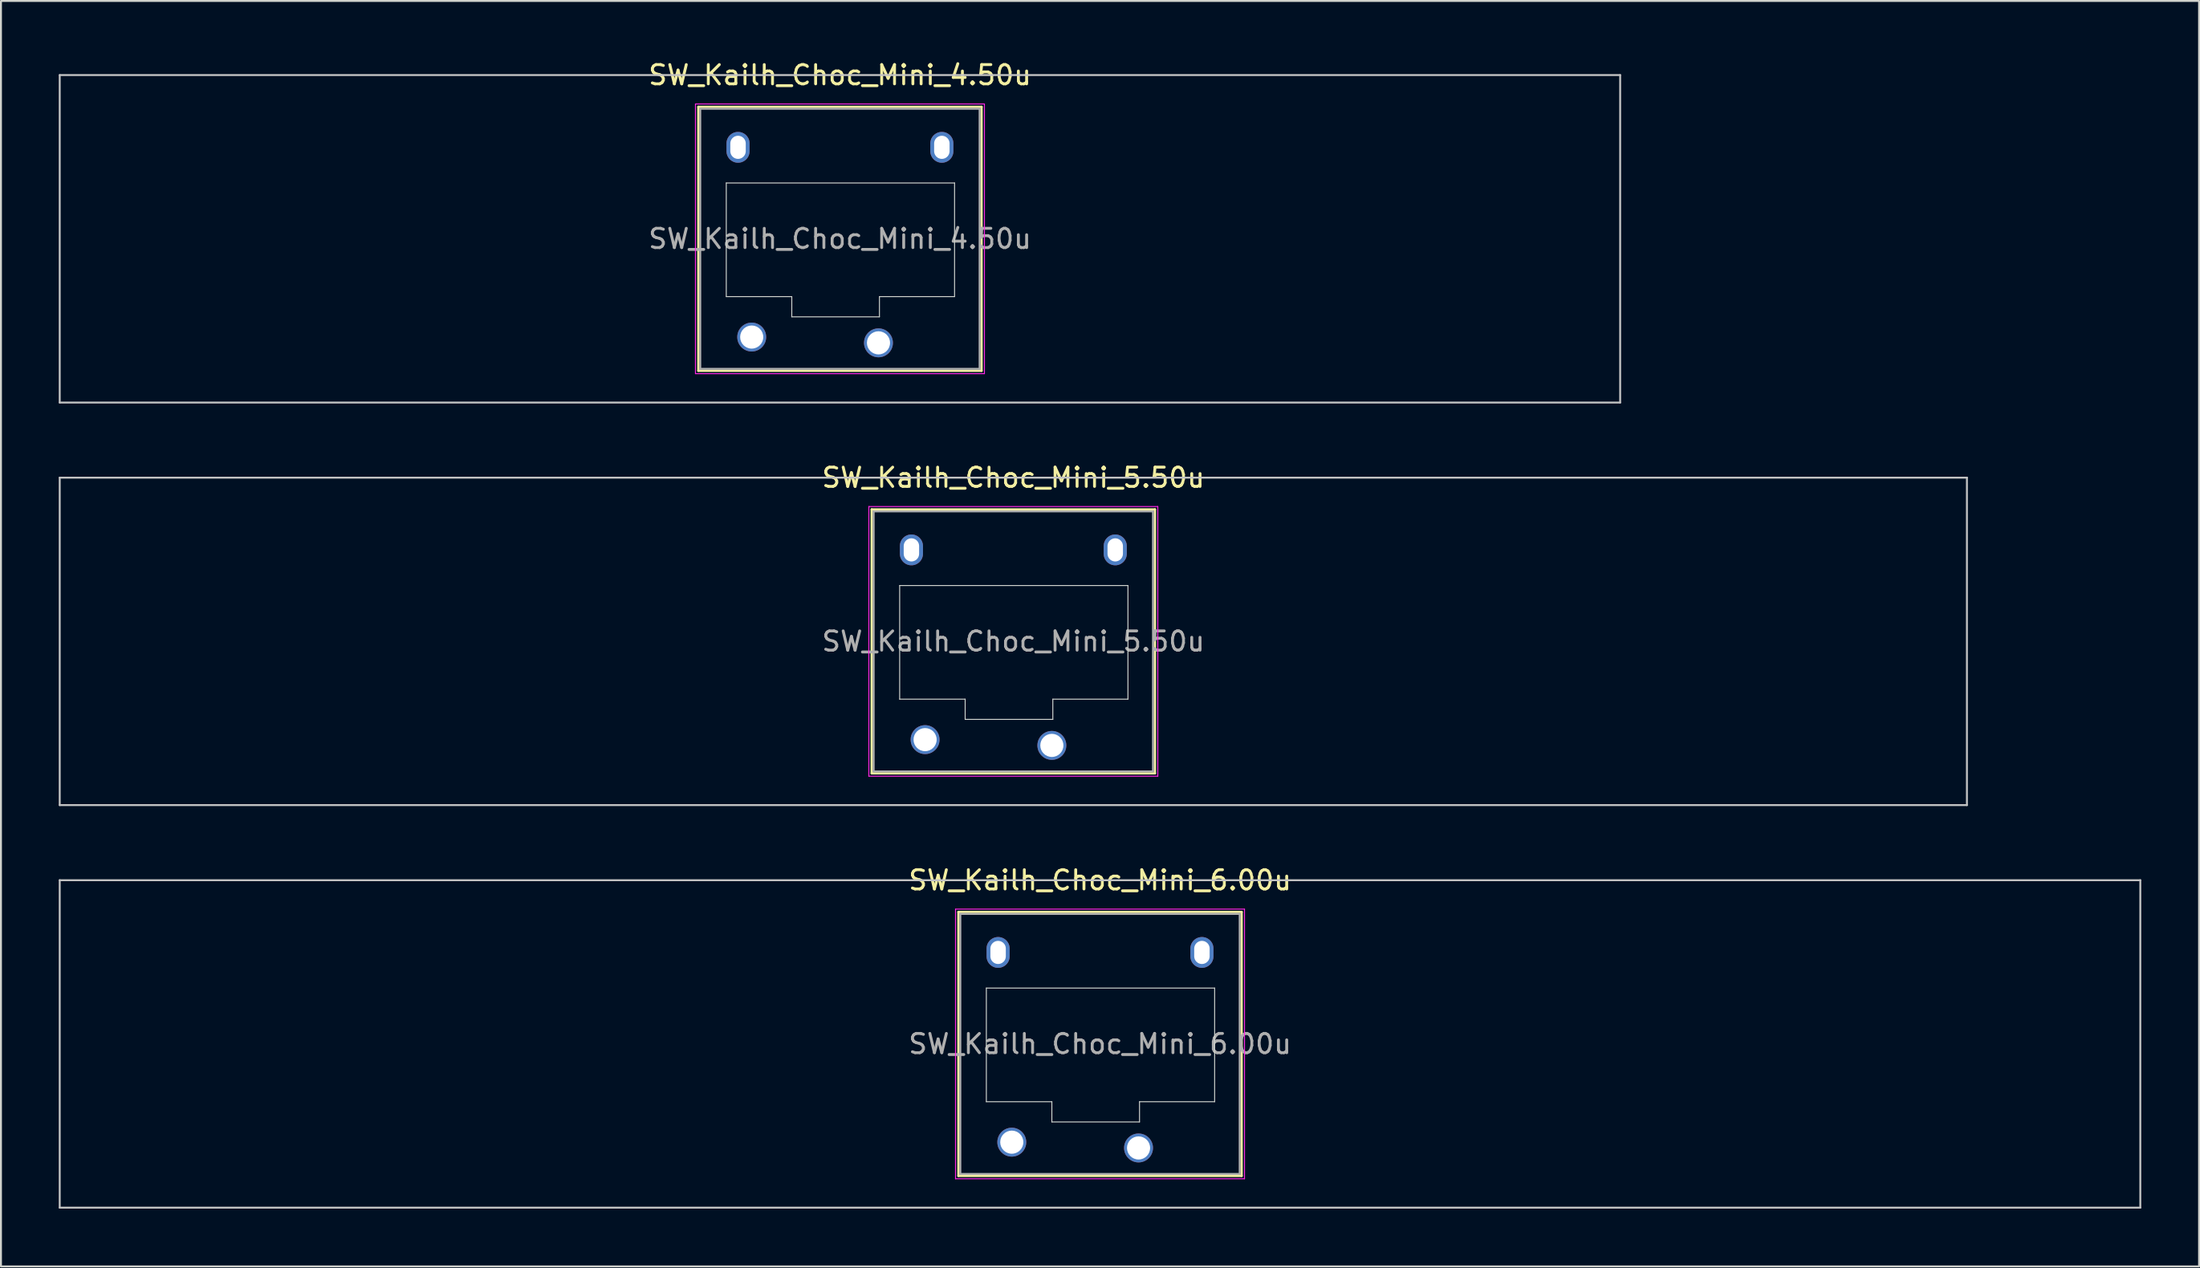
<source format=kicad_pcb>
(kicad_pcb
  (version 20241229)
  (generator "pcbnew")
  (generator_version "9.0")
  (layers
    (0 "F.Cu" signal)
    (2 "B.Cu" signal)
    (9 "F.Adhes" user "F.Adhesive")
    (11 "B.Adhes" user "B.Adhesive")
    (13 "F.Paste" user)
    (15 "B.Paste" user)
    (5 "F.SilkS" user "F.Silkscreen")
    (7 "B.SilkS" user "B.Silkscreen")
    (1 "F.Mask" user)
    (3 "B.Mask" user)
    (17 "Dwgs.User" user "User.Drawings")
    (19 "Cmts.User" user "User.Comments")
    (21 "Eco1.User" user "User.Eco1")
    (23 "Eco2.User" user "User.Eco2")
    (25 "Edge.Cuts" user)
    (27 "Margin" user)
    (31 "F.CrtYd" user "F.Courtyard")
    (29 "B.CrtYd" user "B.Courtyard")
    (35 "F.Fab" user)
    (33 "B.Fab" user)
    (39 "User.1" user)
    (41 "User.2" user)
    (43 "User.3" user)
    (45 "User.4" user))
  (footprint "SW_Kailh_Choc_Mini_6.00u"
    (layer "F.Cu")
    (at 54.05 51.145)
    (property "Reference" "SW_Kailh_Choc_Mini_6.00u" (at 0 -8.5 0) (layer "F.SilkS") (effects (font (size 1 1) (thickness 0.15))))
    (attr through_hole)
    (fp_line (start -7.35 -6.85) (end -7.35 6.85) (stroke (width 0.12) (type solid)) (layer "F.SilkS"))
    (fp_line (start -7.35 6.85) (end 7.35 6.85) (stroke (width 0.12) (type solid)) (layer "F.SilkS"))
    (fp_line (start 7.35 -6.85) (end -7.35 -6.85) (stroke (width 0.12) (type solid)) (layer "F.SilkS"))
    (fp_line (start 7.35 6.85) (end 7.35 -6.85) (stroke (width 0.12) (type solid)) (layer "F.SilkS"))
    (fp_line (start -54 -8.5) (end -54 8.5) (stroke (width 0.1) (type solid)) (layer "Dwgs.User"))
    (fp_line (start -54 8.5) (end 54 8.5) (stroke (width 0.1) (type solid)) (layer "Dwgs.User"))
    (fp_line (start 54 -8.5) (end -54 -8.5) (stroke (width 0.1) (type solid)) (layer "Dwgs.User"))
    (fp_line (start 54 8.5) (end 54 -8.5) (stroke (width 0.1) (type solid)) (layer "Dwgs.User"))
    (fp_line (start -6.85 -6.35) (end -6.85 6.35) (stroke (width 0.1) (type solid)) (layer "Eco1.User"))
    (fp_line (start -6.85 6.35) (end 6.85 6.35) (stroke (width 0.1) (type solid)) (layer "Eco1.User"))
    (fp_line (start 6.85 -6.35) (end -6.85 -6.35) (stroke (width 0.1) (type solid)) (layer "Eco1.User"))
    (fp_line (start 6.85 6.35) (end 6.85 -6.35) (stroke (width 0.1) (type solid)) (layer "Eco1.User"))
    (fp_line (start -5.9 -2.9) (end -5.9 3) (stroke (width 0.05) (type solid)) (layer "Edge.Cuts"))
    (fp_line (start -5.9 3) (end -2.5 3) (stroke (width 0.05) (type solid)) (layer "Edge.Cuts"))
    (fp_line (start -2.5 3) (end -2.5 4.05) (stroke (width 0.05) (type solid)) (layer "Edge.Cuts"))
    (fp_line (start -2.5 4.05) (end 2.05 4.05) (stroke (width 0.05) (type solid)) (layer "Edge.Cuts"))
    (fp_line (start 2.05 3) (end 5.95 3) (stroke (width 0.05) (type solid)) (layer "Edge.Cuts"))
    (fp_line (start 2.05 4.05) (end 2.05 3) (stroke (width 0.05) (type solid)) (layer "Edge.Cuts"))
    (fp_line (start 5.95 -2.9) (end -5.9 -2.9) (stroke (width 0.05) (type solid)) (layer "Edge.Cuts"))
    (fp_line (start 5.95 3) (end 5.95 -2.9) (stroke (width 0.05) (type solid)) (layer "Edge.Cuts"))
    (fp_line (start -7.5 -7) (end -7.5 7) (stroke (width 0.05) (type solid)) (layer "F.CrtYd"))
    (fp_line (start -7.5 7) (end 7.5 7) (stroke (width 0.05) (type solid)) (layer "F.CrtYd"))
    (fp_line (start 7.5 -7) (end -7.5 -7) (stroke (width 0.05) (type solid)) (layer "F.CrtYd"))
    (fp_line (start 7.5 7) (end 7.5 -7) (stroke (width 0.05) (type solid)) (layer "F.CrtYd"))
    (fp_line (start -7.25 -6.75) (end -7.25 6.75) (stroke (width 0.1) (type solid)) (layer "F.Fab"))
    (fp_line (start -7.25 6.75) (end 7.25 6.75) (stroke (width 0.1) (type solid)) (layer "F.Fab"))
    (fp_line (start 7.25 -6.75) (end -7.25 -6.75) (stroke (width 0.1) (type solid)) (layer "F.Fab"))
    (fp_line (start 7.25 6.75) (end 7.25 -6.75) (stroke (width 0.1) (type solid)) (layer "F.Fab"))
    (fp_text user "${REFERENCE}" (at 0 0 0) (layer "F.Fab") (effects (font (size 1 1) (thickness 0.15))))
    (pad "" np_thru_hole oval (at -5.29 -4.75) (size 1.2 1.6) (drill oval 0.8 1.2) (layers "*.Cu" "*.Mask"))
    (pad "" smd circle (at -4.58 5.1) (size 1.25 1.25) (layers "F.Mask"))
    (pad "" smd circle (at 2 5.4) (size 1.25 1.25) (layers "F.Mask"))
    (pad "" np_thru_hole oval (at 5.29 -4.75) (size 1.2 1.6) (drill oval 0.8 1.2) (layers "*.Cu" "*.Mask"))
    (pad "1" thru_hole circle (at 2 5.4) (size 1.5 1.5) (drill 1.2) (layers "*.Cu" "B.Mask"))
    (pad "2" thru_hole circle (at -4.58 5.1) (size 1.5 1.5) (drill 1.2) (layers "*.Cu" "B.Mask")))
  (footprint "SW_Kailh_Choc_Mini_4.50u"
    (layer "F.Cu")
    (at 40.55 9.348)
    (property "Reference" "SW_Kailh_Choc_Mini_4.50u" (at 0 -8.5 0) (layer "F.SilkS") (effects (font (size 1 1) (thickness 0.15))))
    (attr through_hole)
    (fp_line (start -7.35 -6.85) (end -7.35 6.85) (stroke (width 0.12) (type solid)) (layer "F.SilkS"))
    (fp_line (start -7.35 6.85) (end 7.35 6.85) (stroke (width 0.12) (type solid)) (layer "F.SilkS"))
    (fp_line (start 7.35 -6.85) (end -7.35 -6.85) (stroke (width 0.12) (type solid)) (layer "F.SilkS"))
    (fp_line (start 7.35 6.85) (end 7.35 -6.85) (stroke (width 0.12) (type solid)) (layer "F.SilkS"))
    (fp_line (start -40.5 -8.5) (end -40.5 8.5) (stroke (width 0.1) (type solid)) (layer "Dwgs.User"))
    (fp_line (start -40.5 8.5) (end 40.5 8.5) (stroke (width 0.1) (type solid)) (layer "Dwgs.User"))
    (fp_line (start 40.5 -8.5) (end -40.5 -8.5) (stroke (width 0.1) (type solid)) (layer "Dwgs.User"))
    (fp_line (start 40.5 8.5) (end 40.5 -8.5) (stroke (width 0.1) (type solid)) (layer "Dwgs.User"))
    (fp_line (start -6.85 -6.35) (end -6.85 6.35) (stroke (width 0.1) (type solid)) (layer "Eco1.User"))
    (fp_line (start -6.85 6.35) (end 6.85 6.35) (stroke (width 0.1) (type solid)) (layer "Eco1.User"))
    (fp_line (start 6.85 -6.35) (end -6.85 -6.35) (stroke (width 0.1) (type solid)) (layer "Eco1.User"))
    (fp_line (start 6.85 6.35) (end 6.85 -6.35) (stroke (width 0.1) (type solid)) (layer "Eco1.User"))
    (fp_line (start -5.9 -2.9) (end -5.9 3) (stroke (width 0.05) (type solid)) (layer "Edge.Cuts"))
    (fp_line (start -5.9 3) (end -2.5 3) (stroke (width 0.05) (type solid)) (layer "Edge.Cuts"))
    (fp_line (start -2.5 3) (end -2.5 4.05) (stroke (width 0.05) (type solid)) (layer "Edge.Cuts"))
    (fp_line (start -2.5 4.05) (end 2.05 4.05) (stroke (width 0.05) (type solid)) (layer "Edge.Cuts"))
    (fp_line (start 2.05 3) (end 5.95 3) (stroke (width 0.05) (type solid)) (layer "Edge.Cuts"))
    (fp_line (start 2.05 4.05) (end 2.05 3) (stroke (width 0.05) (type solid)) (layer "Edge.Cuts"))
    (fp_line (start 5.95 -2.9) (end -5.9 -2.9) (stroke (width 0.05) (type solid)) (layer "Edge.Cuts"))
    (fp_line (start 5.95 3) (end 5.95 -2.9) (stroke (width 0.05) (type solid)) (layer "Edge.Cuts"))
    (fp_line (start -7.5 -7) (end -7.5 7) (stroke (width 0.05) (type solid)) (layer "F.CrtYd"))
    (fp_line (start -7.5 7) (end 7.5 7) (stroke (width 0.05) (type solid)) (layer "F.CrtYd"))
    (fp_line (start 7.5 -7) (end -7.5 -7) (stroke (width 0.05) (type solid)) (layer "F.CrtYd"))
    (fp_line (start 7.5 7) (end 7.5 -7) (stroke (width 0.05) (type solid)) (layer "F.CrtYd"))
    (fp_line (start -7.25 -6.75) (end -7.25 6.75) (stroke (width 0.1) (type solid)) (layer "F.Fab"))
    (fp_line (start -7.25 6.75) (end 7.25 6.75) (stroke (width 0.1) (type solid)) (layer "F.Fab"))
    (fp_line (start 7.25 -6.75) (end -7.25 -6.75) (stroke (width 0.1) (type solid)) (layer "F.Fab"))
    (fp_line (start 7.25 6.75) (end 7.25 -6.75) (stroke (width 0.1) (type solid)) (layer "F.Fab"))
    (fp_text user "${REFERENCE}" (at 0 0 0) (layer "F.Fab") (effects (font (size 1 1) (thickness 0.15))))
    (pad "" np_thru_hole oval (at -5.29 -4.75) (size 1.2 1.6) (drill oval 0.8 1.2) (layers "*.Cu" "*.Mask"))
    (pad "" smd circle (at -4.58 5.1) (size 1.25 1.25) (layers "F.Mask"))
    (pad "" smd circle (at 2 5.4) (size 1.25 1.25) (layers "F.Mask"))
    (pad "" np_thru_hole oval (at 5.29 -4.75) (size 1.2 1.6) (drill oval 0.8 1.2) (layers "*.Cu" "*.Mask"))
    (pad "1" thru_hole circle (at 2 5.4) (size 1.5 1.5) (drill 1.2) (layers "*.Cu" "B.Mask"))
    (pad "2" thru_hole circle (at -4.58 5.1) (size 1.5 1.5) (drill 1.2) (layers "*.Cu" "B.Mask")))
  (footprint "SW_Kailh_Choc_Mini_5.50u"
    (layer "F.Cu")
    (at 49.55 30.247)
    (property "Reference" "SW_Kailh_Choc_Mini_5.50u" (at 0 -8.5 0) (layer "F.SilkS") (effects (font (size 1 1) (thickness 0.15))))
    (attr through_hole)
    (fp_line (start -7.35 -6.85) (end -7.35 6.85) (stroke (width 0.12) (type solid)) (layer "F.SilkS"))
    (fp_line (start -7.35 6.85) (end 7.35 6.85) (stroke (width 0.12) (type solid)) (layer "F.SilkS"))
    (fp_line (start 7.35 -6.85) (end -7.35 -6.85) (stroke (width 0.12) (type solid)) (layer "F.SilkS"))
    (fp_line (start 7.35 6.85) (end 7.35 -6.85) (stroke (width 0.12) (type solid)) (layer "F.SilkS"))
    (fp_line (start -49.5 -8.5) (end -49.5 8.5) (stroke (width 0.1) (type solid)) (layer "Dwgs.User"))
    (fp_line (start -49.5 8.5) (end 49.5 8.5) (stroke (width 0.1) (type solid)) (layer "Dwgs.User"))
    (fp_line (start 49.5 -8.5) (end -49.5 -8.5) (stroke (width 0.1) (type solid)) (layer "Dwgs.User"))
    (fp_line (start 49.5 8.5) (end 49.5 -8.5) (stroke (width 0.1) (type solid)) (layer "Dwgs.User"))
    (fp_line (start -6.85 -6.35) (end -6.85 6.35) (stroke (width 0.1) (type solid)) (layer "Eco1.User"))
    (fp_line (start -6.85 6.35) (end 6.85 6.35) (stroke (width 0.1) (type solid)) (layer "Eco1.User"))
    (fp_line (start 6.85 -6.35) (end -6.85 -6.35) (stroke (width 0.1) (type solid)) (layer "Eco1.User"))
    (fp_line (start 6.85 6.35) (end 6.85 -6.35) (stroke (width 0.1) (type solid)) (layer "Eco1.User"))
    (fp_line (start -5.9 -2.9) (end -5.9 3) (stroke (width 0.05) (type solid)) (layer "Edge.Cuts"))
    (fp_line (start -5.9 3) (end -2.5 3) (stroke (width 0.05) (type solid)) (layer "Edge.Cuts"))
    (fp_line (start -2.5 3) (end -2.5 4.05) (stroke (width 0.05) (type solid)) (layer "Edge.Cuts"))
    (fp_line (start -2.5 4.05) (end 2.05 4.05) (stroke (width 0.05) (type solid)) (layer "Edge.Cuts"))
    (fp_line (start 2.05 3) (end 5.95 3) (stroke (width 0.05) (type solid)) (layer "Edge.Cuts"))
    (fp_line (start 2.05 4.05) (end 2.05 3) (stroke (width 0.05) (type solid)) (layer "Edge.Cuts"))
    (fp_line (start 5.95 -2.9) (end -5.9 -2.9) (stroke (width 0.05) (type solid)) (layer "Edge.Cuts"))
    (fp_line (start 5.95 3) (end 5.95 -2.9) (stroke (width 0.05) (type solid)) (layer "Edge.Cuts"))
    (fp_line (start -7.5 -7) (end -7.5 7) (stroke (width 0.05) (type solid)) (layer "F.CrtYd"))
    (fp_line (start -7.5 7) (end 7.5 7) (stroke (width 0.05) (type solid)) (layer "F.CrtYd"))
    (fp_line (start 7.5 -7) (end -7.5 -7) (stroke (width 0.05) (type solid)) (layer "F.CrtYd"))
    (fp_line (start 7.5 7) (end 7.5 -7) (stroke (width 0.05) (type solid)) (layer "F.CrtYd"))
    (fp_line (start -7.25 -6.75) (end -7.25 6.75) (stroke (width 0.1) (type solid)) (layer "F.Fab"))
    (fp_line (start -7.25 6.75) (end 7.25 6.75) (stroke (width 0.1) (type solid)) (layer "F.Fab"))
    (fp_line (start 7.25 -6.75) (end -7.25 -6.75) (stroke (width 0.1) (type solid)) (layer "F.Fab"))
    (fp_line (start 7.25 6.75) (end 7.25 -6.75) (stroke (width 0.1) (type solid)) (layer "F.Fab"))
    (fp_text user "${REFERENCE}" (at 0 0 0) (layer "F.Fab") (effects (font (size 1 1) (thickness 0.15))))
    (pad "" np_thru_hole oval (at -5.29 -4.75) (size 1.2 1.6) (drill oval 0.8 1.2) (layers "*.Cu" "*.Mask"))
    (pad "" smd circle (at -4.58 5.1) (size 1.25 1.25) (layers "F.Mask"))
    (pad "" smd circle (at 2 5.4) (size 1.25 1.25) (layers "F.Mask"))
    (pad "" np_thru_hole oval (at 5.29 -4.75) (size 1.2 1.6) (drill oval 0.8 1.2) (layers "*.Cu" "*.Mask"))
    (pad "1" thru_hole circle (at 2 5.4) (size 1.5 1.5) (drill 1.2) (layers "*.Cu" "B.Mask"))
    (pad "2" thru_hole circle (at -4.58 5.1) (size 1.5 1.5) (drill 1.2) (layers "*.Cu" "B.Mask")))
  (gr_rect
    (start -3 -3)
    (end 111.1 62.695)
    (stroke (width 0.1) (type default))
    (fill no)
    (layer "Edge.Cuts")))
</source>
